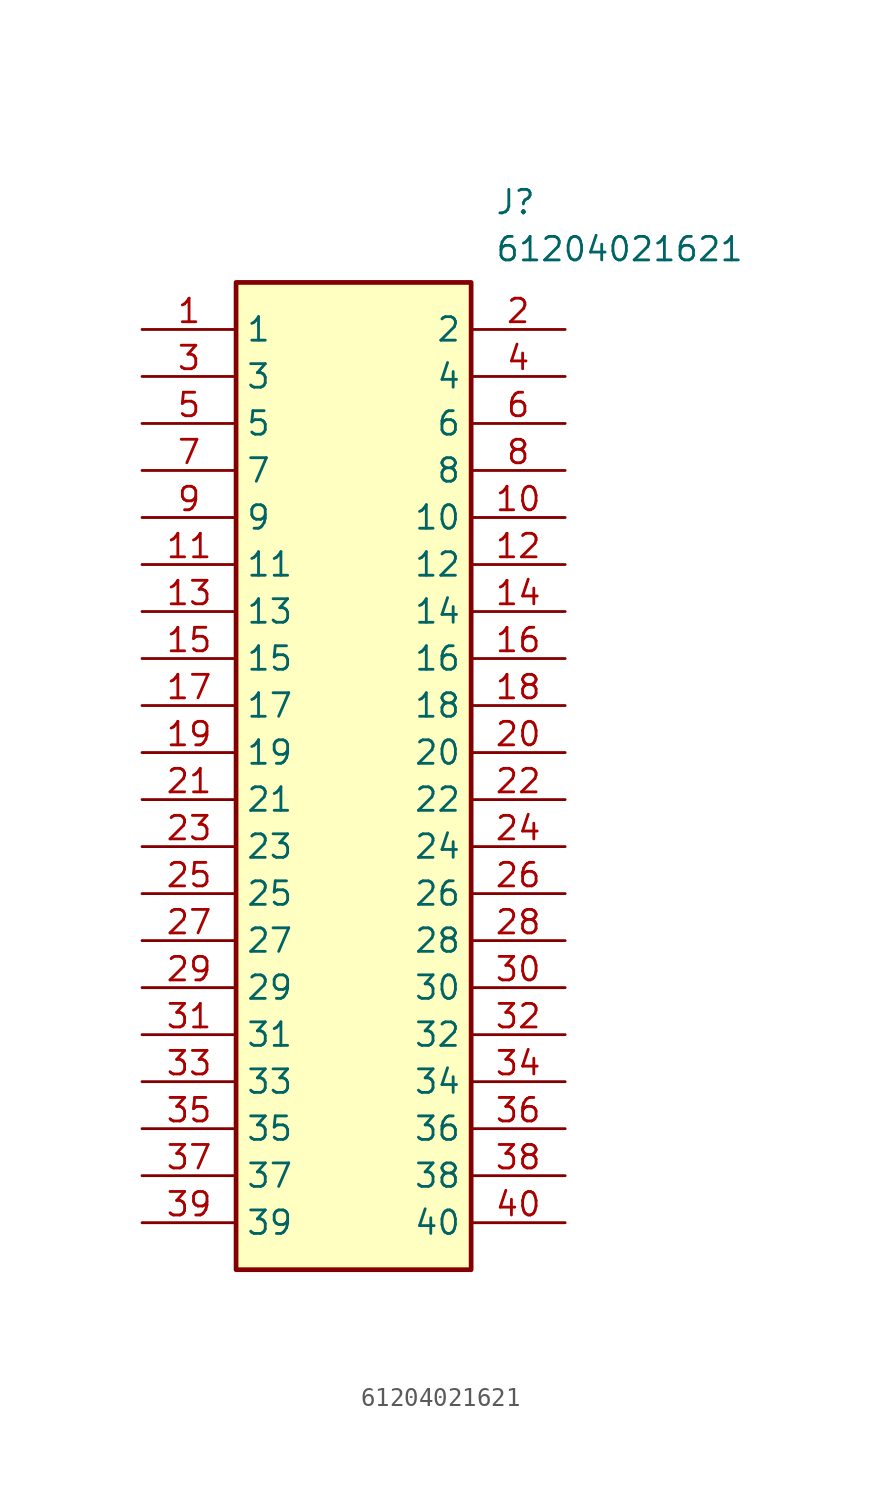
<source format=kicad_sym>
(kicad_symbol_lib
  (version 20211014)
  (generator SamacSys_ECAD_Model)
  (symbol "61204021621"
    (property "Reference" "J"
      (at 19.05 7.62 0)
      (effects (font (size 1.27 1.27)) (justify left top)))
    (property "Value" "61204021621"
      (at 19.05 5.08 0)
      (effects (font (size 1.27 1.27)) (justify left top)))
    (rectangle
      (start 5.08 2.54)
      (end 17.78 -50.8)
      (stroke (width 0.254) (type default))
      (fill (type background)))
    (pin passive line
      (at 0 0 0)
      (length 5.08)
      (name "1" (effects (font (size 1.27 1.27))))
      (number "1" (effects (font (size 1.27 1.27)))))
    (pin passive line
      (at 0 -2.54 0)
      (length 5.08)
      (name "3" (effects (font (size 1.27 1.27))))
      (number "3" (effects (font (size 1.27 1.27)))))
    (pin passive line
      (at 0 -5.08 0)
      (length 5.08)
      (name "5" (effects (font (size 1.27 1.27))))
      (number "5" (effects (font (size 1.27 1.27)))))
    (pin passive line
      (at 0 -7.62 0)
      (length 5.08)
      (name "7" (effects (font (size 1.27 1.27))))
      (number "7" (effects (font (size 1.27 1.27)))))
    (pin passive line
      (at 0 -10.16 0)
      (length 5.08)
      (name "9" (effects (font (size 1.27 1.27))))
      (number "9" (effects (font (size 1.27 1.27)))))
    (pin passive line
      (at 0 -12.7 0)
      (length 5.08)
      (name "11" (effects (font (size 1.27 1.27))))
      (number "11" (effects (font (size 1.27 1.27)))))
    (pin passive line
      (at 0 -15.24 0)
      (length 5.08)
      (name "13" (effects (font (size 1.27 1.27))))
      (number "13" (effects (font (size 1.27 1.27)))))
    (pin passive line
      (at 0 -17.78 0)
      (length 5.08)
      (name "15" (effects (font (size 1.27 1.27))))
      (number "15" (effects (font (size 1.27 1.27)))))
    (pin passive line
      (at 0 -20.32 0)
      (length 5.08)
      (name "17" (effects (font (size 1.27 1.27))))
      (number "17" (effects (font (size 1.27 1.27)))))
    (pin passive line
      (at 0 -22.86 0)
      (length 5.08)
      (name "19" (effects (font (size 1.27 1.27))))
      (number "19" (effects (font (size 1.27 1.27)))))
    (pin passive line
      (at 0 -25.4 0)
      (length 5.08)
      (name "21" (effects (font (size 1.27 1.27))))
      (number "21" (effects (font (size 1.27 1.27)))))
    (pin passive line
      (at 0 -27.94 0)
      (length 5.08)
      (name "23" (effects (font (size 1.27 1.27))))
      (number "23" (effects (font (size 1.27 1.27)))))
    (pin passive line
      (at 0 -30.48 0)
      (length 5.08)
      (name "25" (effects (font (size 1.27 1.27))))
      (number "25" (effects (font (size 1.27 1.27)))))
    (pin passive line
      (at 0 -33.02 0)
      (length 5.08)
      (name "27" (effects (font (size 1.27 1.27))))
      (number "27" (effects (font (size 1.27 1.27)))))
    (pin passive line
      (at 0 -35.56 0)
      (length 5.08)
      (name "29" (effects (font (size 1.27 1.27))))
      (number "29" (effects (font (size 1.27 1.27)))))
    (pin passive line
      (at 0 -38.1 0)
      (length 5.08)
      (name "31" (effects (font (size 1.27 1.27))))
      (number "31" (effects (font (size 1.27 1.27)))))
    (pin passive line
      (at 0 -40.64 0)
      (length 5.08)
      (name "33" (effects (font (size 1.27 1.27))))
      (number "33" (effects (font (size 1.27 1.27)))))
    (pin passive line
      (at 0 -43.18 0)
      (length 5.08)
      (name "35" (effects (font (size 1.27 1.27))))
      (number "35" (effects (font (size 1.27 1.27)))))
    (pin passive line
      (at 0 -45.72 0)
      (length 5.08)
      (name "37" (effects (font (size 1.27 1.27))))
      (number "37" (effects (font (size 1.27 1.27)))))
    (pin passive line
      (at 0 -48.26 0)
      (length 5.08)
      (name "39" (effects (font (size 1.27 1.27))))
      (number "39" (effects (font (size 1.27 1.27)))))
    (pin passive line
      (at 22.86 0 180)
      (length 5.08)
      (name "2" (effects (font (size 1.27 1.27))))
      (number "2" (effects (font (size 1.27 1.27)))))
    (pin passive line
      (at 22.86 -2.54 180)
      (length 5.08)
      (name "4" (effects (font (size 1.27 1.27))))
      (number "4" (effects (font (size 1.27 1.27)))))
    (pin passive line
      (at 22.86 -5.08 180)
      (length 5.08)
      (name "6" (effects (font (size 1.27 1.27))))
      (number "6" (effects (font (size 1.27 1.27)))))
    (pin passive line
      (at 22.86 -7.62 180)
      (length 5.08)
      (name "8" (effects (font (size 1.27 1.27))))
      (number "8" (effects (font (size 1.27 1.27)))))
    (pin passive line
      (at 22.86 -10.16 180)
      (length 5.08)
      (name "10" (effects (font (size 1.27 1.27))))
      (number "10" (effects (font (size 1.27 1.27)))))
    (pin passive line
      (at 22.86 -12.7 180)
      (length 5.08)
      (name "12" (effects (font (size 1.27 1.27))))
      (number "12" (effects (font (size 1.27 1.27)))))
    (pin passive line
      (at 22.86 -15.24 180)
      (length 5.08)
      (name "14" (effects (font (size 1.27 1.27))))
      (number "14" (effects (font (size 1.27 1.27)))))
    (pin passive line
      (at 22.86 -17.78 180)
      (length 5.08)
      (name "16" (effects (font (size 1.27 1.27))))
      (number "16" (effects (font (size 1.27 1.27)))))
    (pin passive line
      (at 22.86 -20.32 180)
      (length 5.08)
      (name "18" (effects (font (size 1.27 1.27))))
      (number "18" (effects (font (size 1.27 1.27)))))
    (pin passive line
      (at 22.86 -22.86 180)
      (length 5.08)
      (name "20" (effects (font (size 1.27 1.27))))
      (number "20" (effects (font (size 1.27 1.27)))))
    (pin passive line
      (at 22.86 -25.4 180)
      (length 5.08)
      (name "22" (effects (font (size 1.27 1.27))))
      (number "22" (effects (font (size 1.27 1.27)))))
    (pin passive line
      (at 22.86 -27.94 180)
      (length 5.08)
      (name "24" (effects (font (size 1.27 1.27))))
      (number "24" (effects (font (size 1.27 1.27)))))
    (pin passive line
      (at 22.86 -30.48 180)
      (length 5.08)
      (name "26" (effects (font (size 1.27 1.27))))
      (number "26" (effects (font (size 1.27 1.27)))))
    (pin passive line
      (at 22.86 -33.02 180)
      (length 5.08)
      (name "28" (effects (font (size 1.27 1.27))))
      (number "28" (effects (font (size 1.27 1.27)))))
    (pin passive line
      (at 22.86 -35.56 180)
      (length 5.08)
      (name "30" (effects (font (size 1.27 1.27))))
      (number "30" (effects (font (size 1.27 1.27)))))
    (pin passive line
      (at 22.86 -38.1 180)
      (length 5.08)
      (name "32" (effects (font (size 1.27 1.27))))
      (number "32" (effects (font (size 1.27 1.27)))))
    (pin passive line
      (at 22.86 -40.64 180)
      (length 5.08)
      (name "34" (effects (font (size 1.27 1.27))))
      (number "34" (effects (font (size 1.27 1.27)))))
    (pin passive line
      (at 22.86 -43.18 180)
      (length 5.08)
      (name "36" (effects (font (size 1.27 1.27))))
      (number "36" (effects (font (size 1.27 1.27)))))
    (pin passive line
      (at 22.86 -45.72 180)
      (length 5.08)
      (name "38" (effects (font (size 1.27 1.27))))
      (number "38" (effects (font (size 1.27 1.27)))))
    (pin passive line
      (at 22.86 -48.26 180)
      (length 5.08)
      (name "40" (effects (font (size 1.27 1.27))))
      (number "40" (effects (font (size 1.27 1.27)))))))
</source>
